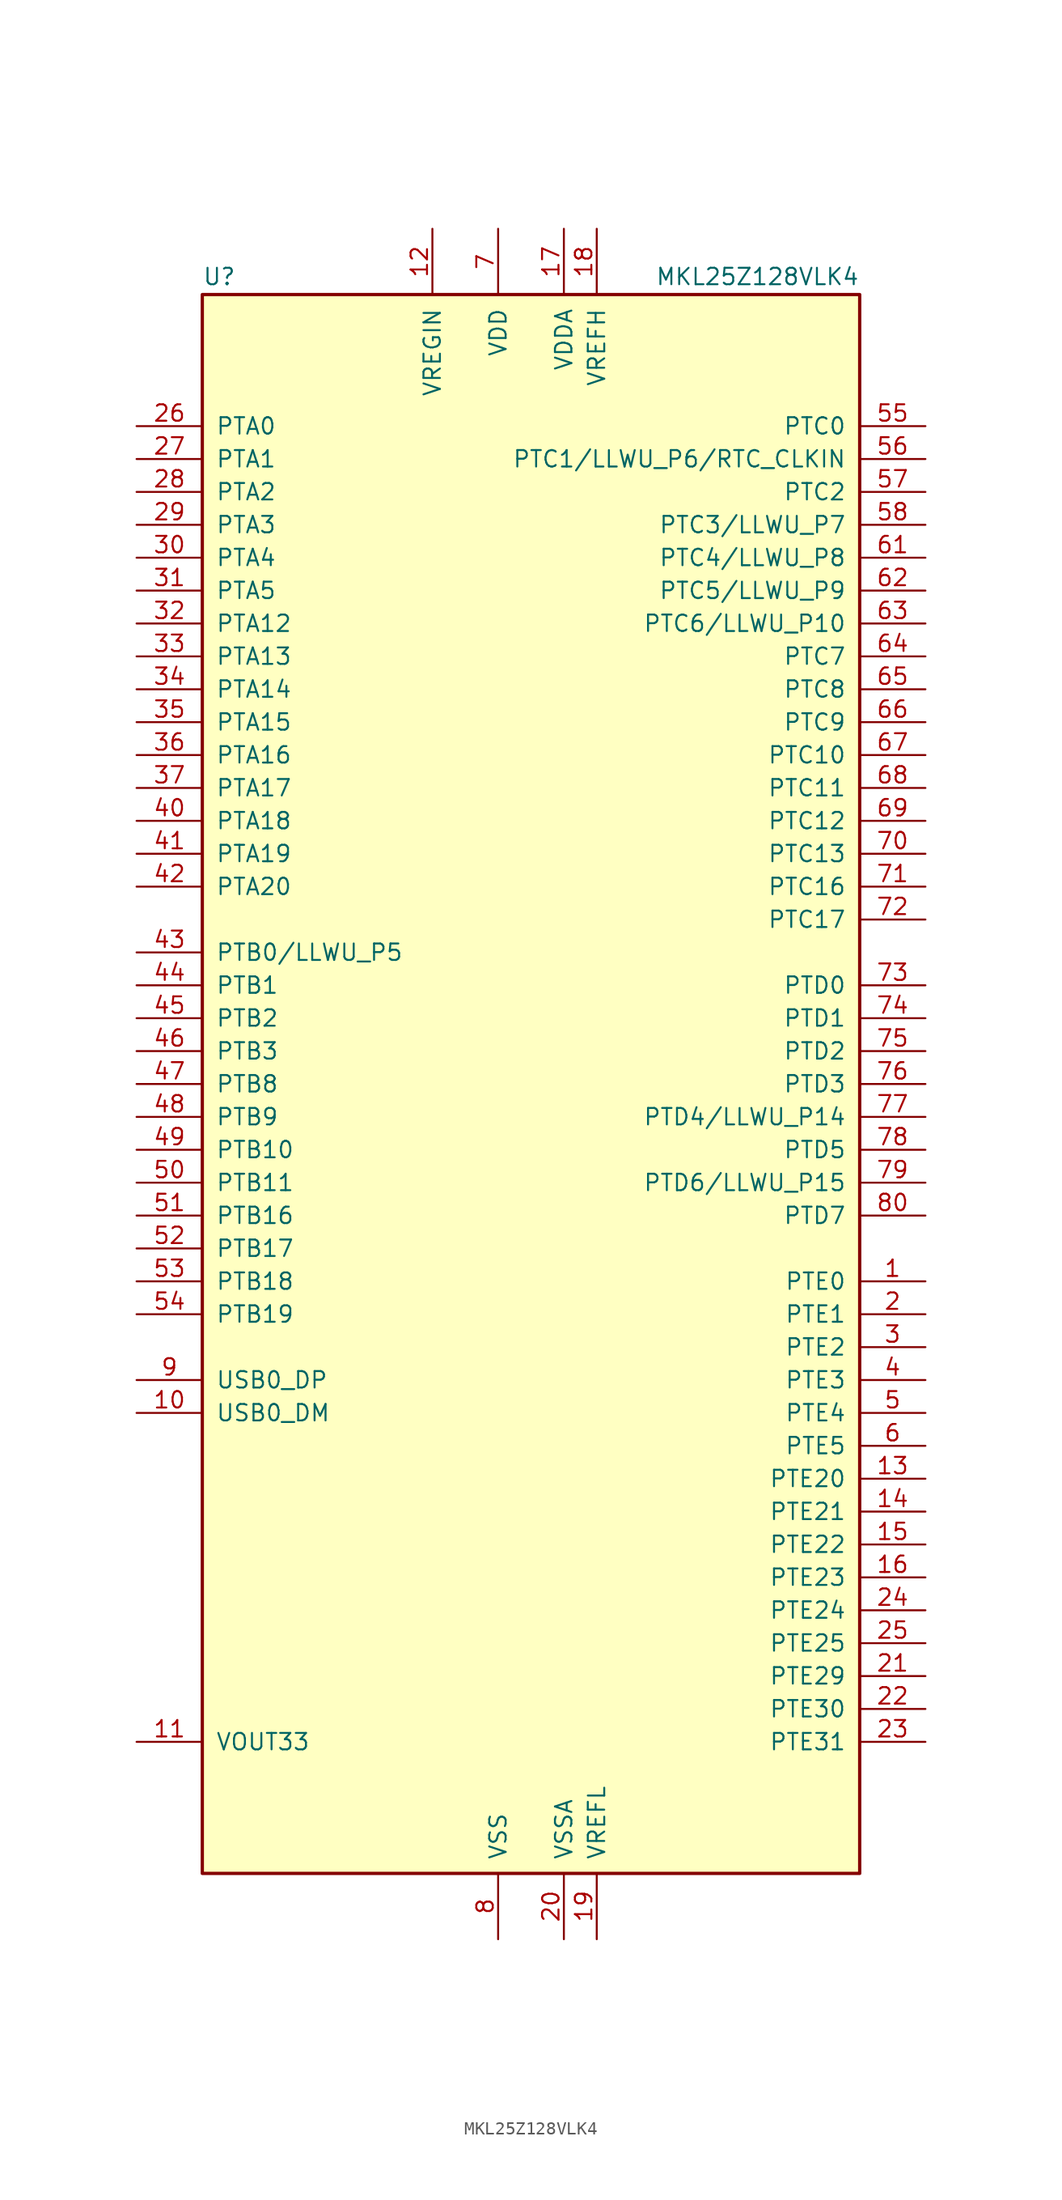
<source format=kicad_sym>
(kicad_symbol_lib
  (version 20241209)
  (generator "kicad_symbol_editor")
  (generator_version "9.0")
  (symbol "MKL25Z128VLK4"
    (pin_names
      (offset 1.016))
    (property "Reference" "U"
      (at -25.4 61.595 0)
      (effects (font (size 1.27 1.27)) (justify left bottom)))
    (property "Value" "MKL25Z128VLK4"
      (at 25.4 61.595 0)
      (effects (font (size 1.27 1.27)) (justify right bottom)))
    (symbol "MKL25Z128VLK4_0_1"
      (rectangle (start -25.4 60.96) (end 25.4 -60.96) (stroke (width 0.254) (type default)) (fill (type background))))
    (symbol "MKL25Z128VLK4_1_1"
      (pin bidirectional line (at -30.48 50.8 0) (length 5.08) (name "PTA0" (effects (font (size 1.27 1.27)))) (number "26" (effects (font (size 1.27 1.27)))))
      (pin bidirectional line (at -30.48 48.26 0) (length 5.08) (name "PTA1" (effects (font (size 1.27 1.27)))) (number "27" (effects (font (size 1.27 1.27)))))
      (pin bidirectional line (at -30.48 45.72 0) (length 5.08) (name "PTA2" (effects (font (size 1.27 1.27)))) (number "28" (effects (font (size 1.27 1.27)))))
      (pin bidirectional line (at -30.48 43.18 0) (length 5.08) (name "PTA3" (effects (font (size 1.27 1.27)))) (number "29" (effects (font (size 1.27 1.27)))))
      (pin bidirectional line (at -30.48 40.64 0) (length 5.08) (name "PTA4" (effects (font (size 1.27 1.27)))) (number "30" (effects (font (size 1.27 1.27)))))
      (pin bidirectional line (at -30.48 38.1 0) (length 5.08) (name "PTA5" (effects (font (size 1.27 1.27)))) (number "31" (effects (font (size 1.27 1.27)))))
      (pin bidirectional line (at -30.48 35.56 0) (length 5.08) (name "PTA12" (effects (font (size 1.27 1.27)))) (number "32" (effects (font (size 1.27 1.27)))))
      (pin bidirectional line (at -30.48 33.02 0) (length 5.08) (name "PTA13" (effects (font (size 1.27 1.27)))) (number "33" (effects (font (size 1.27 1.27)))))
      (pin bidirectional line (at -30.48 30.48 0) (length 5.08) (name "PTA14" (effects (font (size 1.27 1.27)))) (number "34" (effects (font (size 1.27 1.27)))))
      (pin bidirectional line (at -30.48 27.94 0) (length 5.08) (name "PTA15" (effects (font (size 1.27 1.27)))) (number "35" (effects (font (size 1.27 1.27)))))
      (pin bidirectional line (at -30.48 25.4 0) (length 5.08) (name "PTA16" (effects (font (size 1.27 1.27)))) (number "36" (effects (font (size 1.27 1.27)))))
      (pin bidirectional line (at -30.48 22.86 0) (length 5.08) (name "PTA17" (effects (font (size 1.27 1.27)))) (number "37" (effects (font (size 1.27 1.27)))))
      (pin bidirectional line (at -30.48 20.32 0) (length 5.08) (name "PTA18" (effects (font (size 1.27 1.27)))) (number "40" (effects (font (size 1.27 1.27)))))
      (pin bidirectional line (at -30.48 17.78 0) (length 5.08) (name "PTA19" (effects (font (size 1.27 1.27)))) (number "41" (effects (font (size 1.27 1.27)))))
      (pin bidirectional line (at -30.48 15.24 0) (length 5.08) (name "PTA20" (effects (font (size 1.27 1.27)))) (number "42" (effects (font (size 1.27 1.27)))))
      (pin bidirectional line (at -30.48 10.16 0) (length 5.08) (name "PTB0/LLWU_P5" (effects (font (size 1.27 1.27)))) (number "43" (effects (font (size 1.27 1.27)))))
      (pin bidirectional line (at -30.48 7.62 0) (length 5.08) (name "PTB1" (effects (font (size 1.27 1.27)))) (number "44" (effects (font (size 1.27 1.27)))))
      (pin bidirectional line (at -30.48 5.08 0) (length 5.08) (name "PTB2" (effects (font (size 1.27 1.27)))) (number "45" (effects (font (size 1.27 1.27)))))
      (pin bidirectional line (at -30.48 2.54 0) (length 5.08) (name "PTB3" (effects (font (size 1.27 1.27)))) (number "46" (effects (font (size 1.27 1.27)))))
      (pin bidirectional line (at -30.48 0 0) (length 5.08) (name "PTB8" (effects (font (size 1.27 1.27)))) (number "47" (effects (font (size 1.27 1.27)))))
      (pin bidirectional line (at -30.48 -2.54 0) (length 5.08) (name "PTB9" (effects (font (size 1.27 1.27)))) (number "48" (effects (font (size 1.27 1.27)))))
      (pin bidirectional line (at -30.48 -5.08 0) (length 5.08) (name "PTB10" (effects (font (size 1.27 1.27)))) (number "49" (effects (font (size 1.27 1.27)))))
      (pin bidirectional line (at -30.48 -7.62 0) (length 5.08) (name "PTB11" (effects (font (size 1.27 1.27)))) (number "50" (effects (font (size 1.27 1.27)))))
      (pin bidirectional line (at -30.48 -10.16 0) (length 5.08) (name "PTB16" (effects (font (size 1.27 1.27)))) (number "51" (effects (font (size 1.27 1.27)))))
      (pin bidirectional line (at -30.48 -12.7 0) (length 5.08) (name "PTB17" (effects (font (size 1.27 1.27)))) (number "52" (effects (font (size 1.27 1.27)))))
      (pin bidirectional line (at -30.48 -15.24 0) (length 5.08) (name "PTB18" (effects (font (size 1.27 1.27)))) (number "53" (effects (font (size 1.27 1.27)))))
      (pin bidirectional line (at -30.48 -17.78 0) (length 5.08) (name "PTB19" (effects (font (size 1.27 1.27)))) (number "54" (effects (font (size 1.27 1.27)))))
      (pin bidirectional line (at -30.48 -22.86 0) (length 5.08) (name "USB0_DP" (effects (font (size 1.27 1.27)))) (number "9" (effects (font (size 1.27 1.27)))))
      (pin bidirectional line (at -30.48 -25.4 0) (length 5.08) (name "USB0_DM" (effects (font (size 1.27 1.27)))) (number "10" (effects (font (size 1.27 1.27)))))
      (pin power_out line (at -30.48 -50.8 0) (length 5.08) (name "VOUT33" (effects (font (size 1.27 1.27)))) (number "11" (effects (font (size 1.27 1.27)))))
      (pin power_in line (at -7.62 66.04 270) (length 5.08) (name "VREGIN" (effects (font (size 1.27 1.27)))) (number "12" (effects (font (size 1.27 1.27)))))
      (pin passive line (at -2.54 66.04 270) (length 5.08) (hide yes) (name "VDD" (effects (font (size 1.27 1.27)))) (number "38" (effects (font (size 1.27 1.27)))))
      (pin passive line (at -2.54 66.04 270) (length 5.08) (hide yes) (name "VDD" (effects (font (size 1.27 1.27)))) (number "60" (effects (font (size 1.27 1.27)))))
      (pin power_in line (at -2.54 66.04 270) (length 5.08) (name "VDD" (effects (font (size 1.27 1.27)))) (number "7" (effects (font (size 1.27 1.27)))))
      (pin passive line (at -2.54 -66.04 90) (length 5.08) (hide yes) (name "VSS" (effects (font (size 1.27 1.27)))) (number "39" (effects (font (size 1.27 1.27)))))
      (pin passive line (at -2.54 -66.04 90) (length 5.08) (hide yes) (name "VSS" (effects (font (size 1.27 1.27)))) (number "59" (effects (font (size 1.27 1.27)))))
      (pin power_in line (at -2.54 -66.04 90) (length 5.08) (name "VSS" (effects (font (size 1.27 1.27)))) (number "8" (effects (font (size 1.27 1.27)))))
      (pin power_in line (at 2.54 66.04 270) (length 5.08) (name "VDDA" (effects (font (size 1.27 1.27)))) (number "17" (effects (font (size 1.27 1.27)))))
      (pin power_in line (at 2.54 -66.04 90) (length 5.08) (name "VSSA" (effects (font (size 1.27 1.27)))) (number "20" (effects (font (size 1.27 1.27)))))
      (pin power_in line (at 5.08 66.04 270) (length 5.08) (name "VREFH" (effects (font (size 1.27 1.27)))) (number "18" (effects (font (size 1.27 1.27)))))
      (pin power_in line (at 5.08 -66.04 90) (length 5.08) (name "VREFL" (effects (font (size 1.27 1.27)))) (number "19" (effects (font (size 1.27 1.27)))))
      (pin bidirectional line (at 30.48 50.8 180) (length 5.08) (name "PTC0" (effects (font (size 1.27 1.27)))) (number "55" (effects (font (size 1.27 1.27)))))
      (pin bidirectional line (at 30.48 48.26 180) (length 5.08) (name "PTC1/LLWU_P6/RTC_CLKIN" (effects (font (size 1.27 1.27)))) (number "56" (effects (font (size 1.27 1.27)))))
      (pin bidirectional line (at 30.48 45.72 180) (length 5.08) (name "PTC2" (effects (font (size 1.27 1.27)))) (number "57" (effects (font (size 1.27 1.27)))))
      (pin bidirectional line (at 30.48 43.18 180) (length 5.08) (name "PTC3/LLWU_P7" (effects (font (size 1.27 1.27)))) (number "58" (effects (font (size 1.27 1.27)))))
      (pin bidirectional line (at 30.48 40.64 180) (length 5.08) (name "PTC4/LLWU_P8" (effects (font (size 1.27 1.27)))) (number "61" (effects (font (size 1.27 1.27)))))
      (pin bidirectional line (at 30.48 38.1 180) (length 5.08) (name "PTC5/LLWU_P9" (effects (font (size 1.27 1.27)))) (number "62" (effects (font (size 1.27 1.27)))))
      (pin bidirectional line (at 30.48 35.56 180) (length 5.08) (name "PTC6/LLWU_P10" (effects (font (size 1.27 1.27)))) (number "63" (effects (font (size 1.27 1.27)))))
      (pin bidirectional line (at 30.48 33.02 180) (length 5.08) (name "PTC7" (effects (font (size 1.27 1.27)))) (number "64" (effects (font (size 1.27 1.27)))))
      (pin bidirectional line (at 30.48 30.48 180) (length 5.08) (name "PTC8" (effects (font (size 1.27 1.27)))) (number "65" (effects (font (size 1.27 1.27)))))
      (pin bidirectional line (at 30.48 27.94 180) (length 5.08) (name "PTC9" (effects (font (size 1.27 1.27)))) (number "66" (effects (font (size 1.27 1.27)))))
      (pin bidirectional line (at 30.48 25.4 180) (length 5.08) (name "PTC10" (effects (font (size 1.27 1.27)))) (number "67" (effects (font (size 1.27 1.27)))))
      (pin bidirectional line (at 30.48 22.86 180) (length 5.08) (name "PTC11" (effects (font (size 1.27 1.27)))) (number "68" (effects (font (size 1.27 1.27)))))
      (pin bidirectional line (at 30.48 20.32 180) (length 5.08) (name "PTC12" (effects (font (size 1.27 1.27)))) (number "69" (effects (font (size 1.27 1.27)))))
      (pin bidirectional line (at 30.48 17.78 180) (length 5.08) (name "PTC13" (effects (font (size 1.27 1.27)))) (number "70" (effects (font (size 1.27 1.27)))))
      (pin bidirectional line (at 30.48 15.24 180) (length 5.08) (name "PTC16" (effects (font (size 1.27 1.27)))) (number "71" (effects (font (size 1.27 1.27)))))
      (pin bidirectional line (at 30.48 12.7 180) (length 5.08) (name "PTC17" (effects (font (size 1.27 1.27)))) (number "72" (effects (font (size 1.27 1.27)))))
      (pin bidirectional line (at 30.48 7.62 180) (length 5.08) (name "PTD0" (effects (font (size 1.27 1.27)))) (number "73" (effects (font (size 1.27 1.27)))))
      (pin bidirectional line (at 30.48 5.08 180) (length 5.08) (name "PTD1" (effects (font (size 1.27 1.27)))) (number "74" (effects (font (size 1.27 1.27)))))
      (pin bidirectional line (at 30.48 2.54 180) (length 5.08) (name "PTD2" (effects (font (size 1.27 1.27)))) (number "75" (effects (font (size 1.27 1.27)))))
      (pin bidirectional line (at 30.48 0 180) (length 5.08) (name "PTD3" (effects (font (size 1.27 1.27)))) (number "76" (effects (font (size 1.27 1.27)))))
      (pin bidirectional line (at 30.48 -2.54 180) (length 5.08) (name "PTD4/LLWU_P14" (effects (font (size 1.27 1.27)))) (number "77" (effects (font (size 1.27 1.27)))))
      (pin bidirectional line (at 30.48 -5.08 180) (length 5.08) (name "PTD5" (effects (font (size 1.27 1.27)))) (number "78" (effects (font (size 1.27 1.27)))))
      (pin bidirectional line (at 30.48 -7.62 180) (length 5.08) (name "PTD6/LLWU_P15" (effects (font (size 1.27 1.27)))) (number "79" (effects (font (size 1.27 1.27)))))
      (pin bidirectional line (at 30.48 -10.16 180) (length 5.08) (name "PTD7" (effects (font (size 1.27 1.27)))) (number "80" (effects (font (size 1.27 1.27)))))
      (pin bidirectional line (at 30.48 -15.24 180) (length 5.08) (name "PTE0" (effects (font (size 1.27 1.27)))) (number "1" (effects (font (size 1.27 1.27)))))
      (pin bidirectional line (at 30.48 -17.78 180) (length 5.08) (name "PTE1" (effects (font (size 1.27 1.27)))) (number "2" (effects (font (size 1.27 1.27)))))
      (pin bidirectional line (at 30.48 -20.32 180) (length 5.08) (name "PTE2" (effects (font (size 1.27 1.27)))) (number "3" (effects (font (size 1.27 1.27)))))
      (pin bidirectional line (at 30.48 -22.86 180) (length 5.08) (name "PTE3" (effects (font (size 1.27 1.27)))) (number "4" (effects (font (size 1.27 1.27)))))
      (pin bidirectional line (at 30.48 -25.4 180) (length 5.08) (name "PTE4" (effects (font (size 1.27 1.27)))) (number "5" (effects (font (size 1.27 1.27)))))
      (pin bidirectional line (at 30.48 -27.94 180) (length 5.08) (name "PTE5" (effects (font (size 1.27 1.27)))) (number "6" (effects (font (size 1.27 1.27)))))
      (pin bidirectional line (at 30.48 -30.48 180) (length 5.08) (name "PTE20" (effects (font (size 1.27 1.27)))) (number "13" (effects (font (size 1.27 1.27)))))
      (pin bidirectional line (at 30.48 -33.02 180) (length 5.08) (name "PTE21" (effects (font (size 1.27 1.27)))) (number "14" (effects (font (size 1.27 1.27)))))
      (pin bidirectional line (at 30.48 -35.56 180) (length 5.08) (name "PTE22" (effects (font (size 1.27 1.27)))) (number "15" (effects (font (size 1.27 1.27)))))
      (pin bidirectional line (at 30.48 -38.1 180) (length 5.08) (name "PTE23" (effects (font (size 1.27 1.27)))) (number "16" (effects (font (size 1.27 1.27)))))
      (pin bidirectional line (at 30.48 -40.64 180) (length 5.08) (name "PTE24" (effects (font (size 1.27 1.27)))) (number "24" (effects (font (size 1.27 1.27)))))
      (pin bidirectional line (at 30.48 -43.18 180) (length 5.08) (name "PTE25" (effects (font (size 1.27 1.27)))) (number "25" (effects (font (size 1.27 1.27)))))
      (pin bidirectional line (at 30.48 -45.72 180) (length 5.08) (name "PTE29" (effects (font (size 1.27 1.27)))) (number "21" (effects (font (size 1.27 1.27)))))
      (pin bidirectional line (at 30.48 -48.26 180) (length 5.08) (name "PTE30" (effects (font (size 1.27 1.27)))) (number "22" (effects (font (size 1.27 1.27)))))
      (pin bidirectional line (at 30.48 -50.8 180) (length 5.08) (name "PTE31" (effects (font (size 1.27 1.27)))) (number "23" (effects (font (size 1.27 1.27))))))))
</source>
